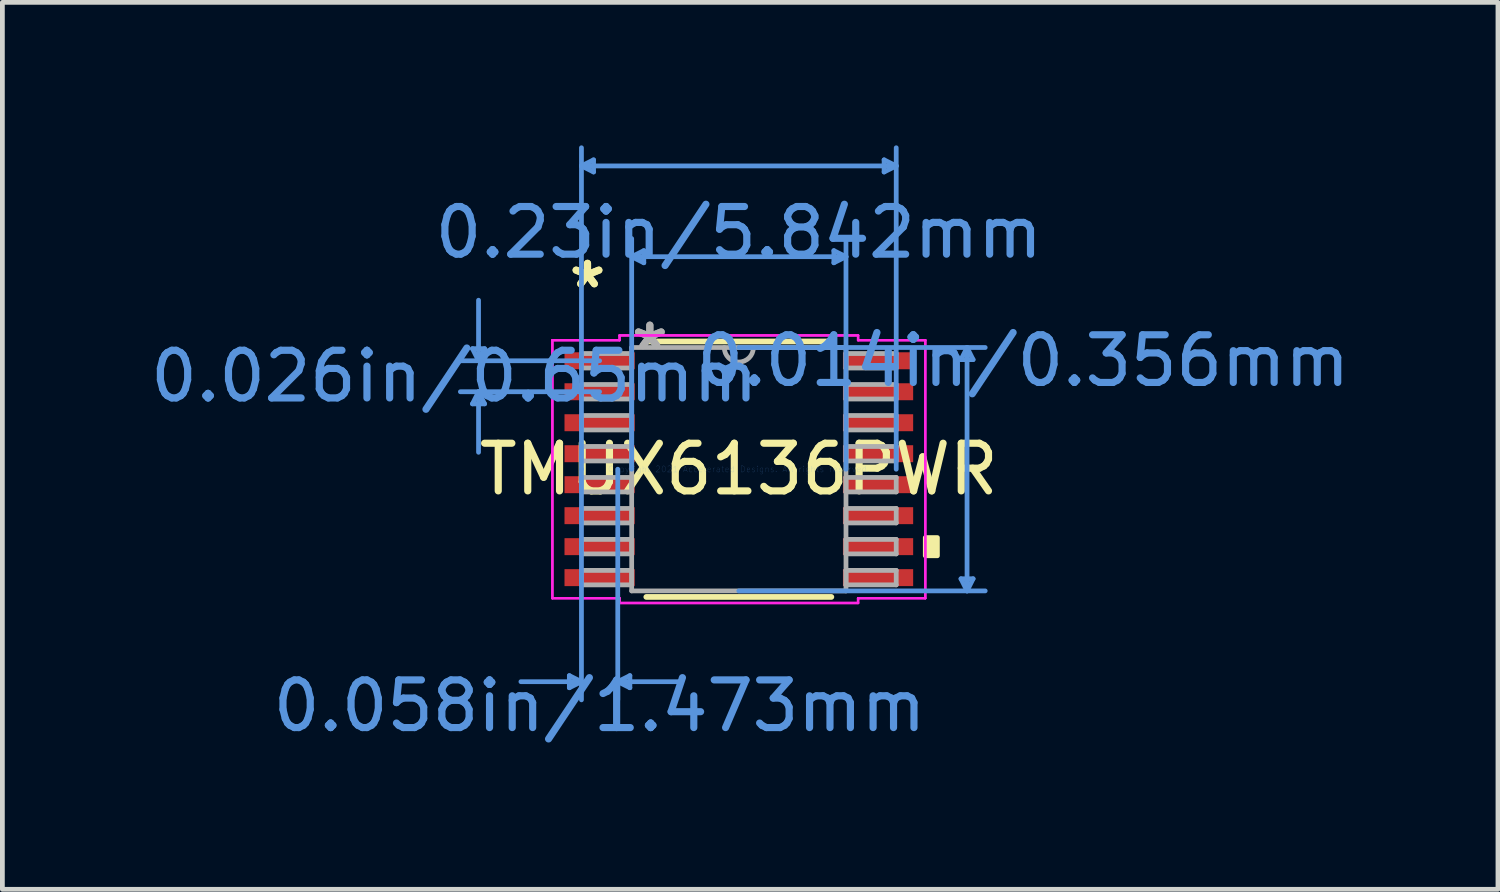
<source format=kicad_pcb>
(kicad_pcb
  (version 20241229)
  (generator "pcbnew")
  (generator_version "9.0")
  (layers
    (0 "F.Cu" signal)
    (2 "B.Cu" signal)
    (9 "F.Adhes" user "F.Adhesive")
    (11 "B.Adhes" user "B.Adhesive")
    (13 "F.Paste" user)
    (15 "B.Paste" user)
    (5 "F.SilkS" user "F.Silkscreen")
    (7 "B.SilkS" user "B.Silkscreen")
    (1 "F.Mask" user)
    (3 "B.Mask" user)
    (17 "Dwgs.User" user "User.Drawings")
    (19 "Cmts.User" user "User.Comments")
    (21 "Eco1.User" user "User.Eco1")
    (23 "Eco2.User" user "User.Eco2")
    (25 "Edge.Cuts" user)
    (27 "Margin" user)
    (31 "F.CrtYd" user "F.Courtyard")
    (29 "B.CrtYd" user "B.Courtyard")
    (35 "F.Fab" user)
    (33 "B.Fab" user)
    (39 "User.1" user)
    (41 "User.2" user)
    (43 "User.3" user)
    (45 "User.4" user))
  (footprint "TMUX6136PWR"
    (layer "F.Cu")
    (at 12.451 6.794)
    (property "Reference" "TMUX6136PWR" (at 0 0 0) (layer "F.SilkS") (effects (font (size 1 1) (thickness 0.15))))
    (attr through_hole)
    (fp_line (start -1.941 2.68) (end 1.941 2.68) (stroke (width 0.12) (type solid)) (layer "F.SilkS"))
    (fp_line (start 1.941 -2.68) (end -1.941 -2.68) (stroke (width 0.12) (type solid)) (layer "F.SilkS"))
    (fp_poly (pts (xy 4.166 1.435) (xy 4.166 1.816) (xy 3.912 1.816) (xy 3.912 1.435)) (stroke (width 0.1) (type solid)) (fill yes) (layer "F.SilkS"))
    (fp_line (start -5.588 -2.529) (end -5.334 -2.529) (stroke (width 0.1) (type solid)) (layer "Cmts.User"))
    (fp_line (start -5.588 -1.371) (end -5.334 -1.371) (stroke (width 0.1) (type solid)) (layer "Cmts.User"))
    (fp_line (start -5.461 -2.275) (end -5.588 -2.529) (stroke (width 0.1) (type solid)) (layer "Cmts.User"))
    (fp_line (start -5.461 -2.275) (end -5.461 -3.545) (stroke (width 0.1) (type solid)) (layer "Cmts.User"))
    (fp_line (start -5.461 -2.275) (end -5.334 -2.529) (stroke (width 0.1) (type solid)) (layer "Cmts.User"))
    (fp_line (start -5.461 -1.625) (end -5.588 -1.371) (stroke (width 0.1) (type solid)) (layer "Cmts.User"))
    (fp_line (start -5.461 -1.625) (end -5.461 -0.355) (stroke (width 0.1) (type solid)) (layer "Cmts.User"))
    (fp_line (start -5.461 -1.625) (end -5.334 -1.371) (stroke (width 0.1) (type solid)) (layer "Cmts.User"))
    (fp_line (start -3.556 4.331) (end -3.556 4.585) (stroke (width 0.1) (type solid)) (layer "Cmts.User"))
    (fp_line (start -3.302 -6.363) (end -3.048 -6.49) (stroke (width 0.1) (type solid)) (layer "Cmts.User"))
    (fp_line (start -3.302 -6.363) (end -3.048 -6.236) (stroke (width 0.1) (type solid)) (layer "Cmts.User"))
    (fp_line (start -3.302 -6.363) (end 3.302 -6.363) (stroke (width 0.1) (type solid)) (layer "Cmts.User"))
    (fp_line (start -3.302 0) (end -3.302 -6.744) (stroke (width 0.1) (type solid)) (layer "Cmts.User"))
    (fp_line (start -3.302 0) (end -3.302 4.839) (stroke (width 0.1) (type solid)) (layer "Cmts.User"))
    (fp_line (start -3.302 4.458) (end -4.572 4.458) (stroke (width 0.1) (type solid)) (layer "Cmts.User"))
    (fp_line (start -3.302 4.458) (end -3.556 4.331) (stroke (width 0.1) (type solid)) (layer "Cmts.User"))
    (fp_line (start -3.302 4.458) (end -3.556 4.585) (stroke (width 0.1) (type solid)) (layer "Cmts.User"))
    (fp_line (start -3.048 -6.49) (end -3.048 -6.236) (stroke (width 0.1) (type solid)) (layer "Cmts.User"))
    (fp_line (start -2.921 -2.275) (end -5.842 -2.275) (stroke (width 0.1) (type solid)) (layer "Cmts.User"))
    (fp_line (start -2.921 -1.625) (end -5.842 -1.625) (stroke (width 0.1) (type solid)) (layer "Cmts.User"))
    (fp_line (start -2.54 0) (end -2.54 4.839) (stroke (width 0.1) (type solid)) (layer "Cmts.User"))
    (fp_line (start -2.54 4.458) (end -2.286 4.331) (stroke (width 0.1) (type solid)) (layer "Cmts.User"))
    (fp_line (start -2.54 4.458) (end -2.286 4.585) (stroke (width 0.1) (type solid)) (layer "Cmts.User"))
    (fp_line (start -2.54 4.458) (end -1.27 4.458) (stroke (width 0.1) (type solid)) (layer "Cmts.User"))
    (fp_line (start -2.286 4.331) (end -2.286 4.585) (stroke (width 0.1) (type solid)) (layer "Cmts.User"))
    (fp_line (start -2.248 -4.458) (end -1.994 -4.585) (stroke (width 0.1) (type solid)) (layer "Cmts.User"))
    (fp_line (start -2.248 -4.458) (end -1.994 -4.331) (stroke (width 0.1) (type solid)) (layer "Cmts.User"))
    (fp_line (start -2.248 -4.458) (end 2.248 -4.458) (stroke (width 0.1) (type solid)) (layer "Cmts.User"))
    (fp_line (start -2.248 0) (end -2.248 -4.839) (stroke (width 0.1) (type solid)) (layer "Cmts.User"))
    (fp_line (start -1.994 -4.585) (end -1.994 -4.331) (stroke (width 0.1) (type solid)) (layer "Cmts.User"))
    (fp_line (start 0 -2.553) (end 5.169 -2.553) (stroke (width 0.1) (type solid)) (layer "Cmts.User"))
    (fp_line (start 0 2.553) (end 5.169 2.553) (stroke (width 0.1) (type solid)) (layer "Cmts.User"))
    (fp_line (start 1.994 -4.585) (end 1.994 -4.331) (stroke (width 0.1) (type solid)) (layer "Cmts.User"))
    (fp_line (start 2.248 -4.458) (end 1.994 -4.585) (stroke (width 0.1) (type solid)) (layer "Cmts.User"))
    (fp_line (start 2.248 -4.458) (end 1.994 -4.331) (stroke (width 0.1) (type solid)) (layer "Cmts.User"))
    (fp_line (start 2.248 0) (end 2.248 -4.839) (stroke (width 0.1) (type solid)) (layer "Cmts.User"))
    (fp_line (start 3.048 -6.49) (end 3.048 -6.236) (stroke (width 0.1) (type solid)) (layer "Cmts.User"))
    (fp_line (start 3.302 -6.363) (end 3.048 -6.49) (stroke (width 0.1) (type solid)) (layer "Cmts.User"))
    (fp_line (start 3.302 -6.363) (end 3.048 -6.236) (stroke (width 0.1) (type solid)) (layer "Cmts.User"))
    (fp_line (start 3.302 0) (end 3.302 -6.744) (stroke (width 0.1) (type solid)) (layer "Cmts.User"))
    (fp_line (start 4.661 -2.299) (end 4.915 -2.299) (stroke (width 0.1) (type solid)) (layer "Cmts.User"))
    (fp_line (start 4.661 2.299) (end 4.915 2.299) (stroke (width 0.1) (type solid)) (layer "Cmts.User"))
    (fp_line (start 4.788 -2.553) (end 4.661 -2.299) (stroke (width 0.1) (type solid)) (layer "Cmts.User"))
    (fp_line (start 4.788 -2.553) (end 4.788 2.553) (stroke (width 0.1) (type solid)) (layer "Cmts.User"))
    (fp_line (start 4.788 -2.553) (end 4.915 -2.299) (stroke (width 0.1) (type solid)) (layer "Cmts.User"))
    (fp_line (start 4.788 2.553) (end 4.661 2.299) (stroke (width 0.1) (type solid)) (layer "Cmts.User"))
    (fp_line (start 4.788 2.553) (end 4.915 2.299) (stroke (width 0.1) (type solid)) (layer "Cmts.User"))
    (fp_line (start -3.912 -2.707) (end -2.502 -2.707) (stroke (width 0.05) (type solid)) (layer "F.CrtYd"))
    (fp_line (start -3.912 -2.707) (end -2.502 -2.707) (stroke (width 0.05) (type solid)) (layer "F.CrtYd"))
    (fp_line (start -3.912 2.707) (end -3.912 -2.707) (stroke (width 0.05) (type solid)) (layer "F.CrtYd"))
    (fp_line (start -3.912 2.707) (end -3.912 -2.707) (stroke (width 0.05) (type solid)) (layer "F.CrtYd"))
    (fp_line (start -3.912 2.707) (end -2.502 2.707) (stroke (width 0.05) (type solid)) (layer "F.CrtYd"))
    (fp_line (start -2.502 -2.807) (end 2.502 -2.807) (stroke (width 0.05) (type solid)) (layer "F.CrtYd"))
    (fp_line (start -2.502 -2.807) (end 2.502 -2.807) (stroke (width 0.05) (type solid)) (layer "F.CrtYd"))
    (fp_line (start -2.502 -2.707) (end -2.502 -2.807) (stroke (width 0.05) (type solid)) (layer "F.CrtYd"))
    (fp_line (start -2.502 -2.707) (end -2.502 -2.807) (stroke (width 0.05) (type solid)) (layer "F.CrtYd"))
    (fp_line (start -2.502 2.707) (end -3.912 2.707) (stroke (width 0.05) (type solid)) (layer "F.CrtYd"))
    (fp_line (start -2.502 2.807) (end -2.502 2.707) (stroke (width 0.05) (type solid)) (layer "F.CrtYd"))
    (fp_line (start -2.502 2.807) (end -2.502 2.707) (stroke (width 0.05) (type solid)) (layer "F.CrtYd"))
    (fp_line (start 2.502 -2.807) (end 2.502 -2.707) (stroke (width 0.05) (type solid)) (layer "F.CrtYd"))
    (fp_line (start 2.502 -2.807) (end 2.502 -2.707) (stroke (width 0.05) (type solid)) (layer "F.CrtYd"))
    (fp_line (start 2.502 -2.707) (end 3.912 -2.707) (stroke (width 0.05) (type solid)) (layer "F.CrtYd"))
    (fp_line (start 2.502 2.707) (end 2.502 2.807) (stroke (width 0.05) (type solid)) (layer "F.CrtYd"))
    (fp_line (start 2.502 2.707) (end 2.502 2.807) (stroke (width 0.05) (type solid)) (layer "F.CrtYd"))
    (fp_line (start 2.502 2.807) (end -2.502 2.807) (stroke (width 0.05) (type solid)) (layer "F.CrtYd"))
    (fp_line (start 2.502 2.807) (end -2.502 2.807) (stroke (width 0.05) (type solid)) (layer "F.CrtYd"))
    (fp_line (start 3.912 -2.707) (end 2.502 -2.707) (stroke (width 0.05) (type solid)) (layer "F.CrtYd"))
    (fp_line (start 3.912 -2.707) (end 3.912 2.707) (stroke (width 0.05) (type solid)) (layer "F.CrtYd"))
    (fp_line (start 3.912 -2.707) (end 3.912 2.707) (stroke (width 0.05) (type solid)) (layer "F.CrtYd"))
    (fp_line (start 3.912 2.707) (end 2.502 2.707) (stroke (width 0.05) (type solid)) (layer "F.CrtYd"))
    (fp_line (start 3.912 2.707) (end 2.502 2.707) (stroke (width 0.05) (type solid)) (layer "F.CrtYd"))
    (fp_line (start -3.302 -2.427) (end -3.302 -2.123) (stroke (width 0.1) (type solid)) (layer "F.Fab"))
    (fp_line (start -3.302 -2.123) (end -2.248 -2.123) (stroke (width 0.1) (type solid)) (layer "F.Fab"))
    (fp_line (start -3.302 -1.777) (end -3.302 -1.473) (stroke (width 0.1) (type solid)) (layer "F.Fab"))
    (fp_line (start -3.302 -1.473) (end -2.248 -1.473) (stroke (width 0.1) (type solid)) (layer "F.Fab"))
    (fp_line (start -3.302 -1.127) (end -3.302 -0.823) (stroke (width 0.1) (type solid)) (layer "F.Fab"))
    (fp_line (start -3.302 -0.823) (end -2.248 -0.823) (stroke (width 0.1) (type solid)) (layer "F.Fab"))
    (fp_line (start -3.302 -0.477) (end -3.302 -0.173) (stroke (width 0.1) (type solid)) (layer "F.Fab"))
    (fp_line (start -3.302 -0.173) (end -2.248 -0.173) (stroke (width 0.1) (type solid)) (layer "F.Fab"))
    (fp_line (start -3.302 0.173) (end -3.302 0.477) (stroke (width 0.1) (type solid)) (layer "F.Fab"))
    (fp_line (start -3.302 0.477) (end -2.248 0.477) (stroke (width 0.1) (type solid)) (layer "F.Fab"))
    (fp_line (start -3.302 0.823) (end -3.302 1.127) (stroke (width 0.1) (type solid)) (layer "F.Fab"))
    (fp_line (start -3.302 1.127) (end -2.248 1.127) (stroke (width 0.1) (type solid)) (layer "F.Fab"))
    (fp_line (start -3.302 1.473) (end -3.302 1.777) (stroke (width 0.1) (type solid)) (layer "F.Fab"))
    (fp_line (start -3.302 1.777) (end -2.248 1.777) (stroke (width 0.1) (type solid)) (layer "F.Fab"))
    (fp_line (start -3.302 2.123) (end -3.302 2.427) (stroke (width 0.1) (type solid)) (layer "F.Fab"))
    (fp_line (start -3.302 2.427) (end -2.248 2.427) (stroke (width 0.1) (type solid)) (layer "F.Fab"))
    (fp_line (start -2.248 -2.553) (end -2.248 2.553) (stroke (width 0.1) (type solid)) (layer "F.Fab"))
    (fp_line (start -2.248 -2.427) (end -3.302 -2.427) (stroke (width 0.1) (type solid)) (layer "F.Fab"))
    (fp_line (start -2.248 -2.123) (end -2.248 -2.427) (stroke (width 0.1) (type solid)) (layer "F.Fab"))
    (fp_line (start -2.248 -1.777) (end -3.302 -1.777) (stroke (width 0.1) (type solid)) (layer "F.Fab"))
    (fp_line (start -2.248 -1.473) (end -2.248 -1.777) (stroke (width 0.1) (type solid)) (layer "F.Fab"))
    (fp_line (start -2.248 -1.127) (end -3.302 -1.127) (stroke (width 0.1) (type solid)) (layer "F.Fab"))
    (fp_line (start -2.248 -0.823) (end -2.248 -1.127) (stroke (width 0.1) (type solid)) (layer "F.Fab"))
    (fp_line (start -2.248 -0.477) (end -3.302 -0.477) (stroke (width 0.1) (type solid)) (layer "F.Fab"))
    (fp_line (start -2.248 -0.173) (end -2.248 -0.477) (stroke (width 0.1) (type solid)) (layer "F.Fab"))
    (fp_line (start -2.248 0.173) (end -3.302 0.173) (stroke (width 0.1) (type solid)) (layer "F.Fab"))
    (fp_line (start -2.248 0.477) (end -2.248 0.173) (stroke (width 0.1) (type solid)) (layer "F.Fab"))
    (fp_line (start -2.248 0.823) (end -3.302 0.823) (stroke (width 0.1) (type solid)) (layer "F.Fab"))
    (fp_line (start -2.248 1.127) (end -2.248 0.823) (stroke (width 0.1) (type solid)) (layer "F.Fab"))
    (fp_line (start -2.248 1.473) (end -3.302 1.473) (stroke (width 0.1) (type solid)) (layer "F.Fab"))
    (fp_line (start -2.248 1.777) (end -2.248 1.473) (stroke (width 0.1) (type solid)) (layer "F.Fab"))
    (fp_line (start -2.248 2.123) (end -3.302 2.123) (stroke (width 0.1) (type solid)) (layer "F.Fab"))
    (fp_line (start -2.248 2.427) (end -2.248 2.123) (stroke (width 0.1) (type solid)) (layer "F.Fab"))
    (fp_line (start -2.248 2.553) (end 2.248 2.553) (stroke (width 0.1) (type solid)) (layer "F.Fab"))
    (fp_line (start 2.248 -2.553) (end -2.248 -2.553) (stroke (width 0.1) (type solid)) (layer "F.Fab"))
    (fp_line (start 2.248 -2.427) (end 2.248 -2.123) (stroke (width 0.1) (type solid)) (layer "F.Fab"))
    (fp_line (start 2.248 -2.123) (end 3.302 -2.123) (stroke (width 0.1) (type solid)) (layer "F.Fab"))
    (fp_line (start 2.248 -1.777) (end 2.248 -1.473) (stroke (width 0.1) (type solid)) (layer "F.Fab"))
    (fp_line (start 2.248 -1.473) (end 3.302 -1.473) (stroke (width 0.1) (type solid)) (layer "F.Fab"))
    (fp_line (start 2.248 -1.127) (end 2.248 -0.823) (stroke (width 0.1) (type solid)) (layer "F.Fab"))
    (fp_line (start 2.248 -0.823) (end 3.302 -0.823) (stroke (width 0.1) (type solid)) (layer "F.Fab"))
    (fp_line (start 2.248 -0.477) (end 2.248 -0.173) (stroke (width 0.1) (type solid)) (layer "F.Fab"))
    (fp_line (start 2.248 -0.173) (end 3.302 -0.173) (stroke (width 0.1) (type solid)) (layer "F.Fab"))
    (fp_line (start 2.248 0.173) (end 2.248 0.477) (stroke (width 0.1) (type solid)) (layer "F.Fab"))
    (fp_line (start 2.248 0.477) (end 3.302 0.477) (stroke (width 0.1) (type solid)) (layer "F.Fab"))
    (fp_line (start 2.248 0.823) (end 2.248 1.127) (stroke (width 0.1) (type solid)) (layer "F.Fab"))
    (fp_line (start 2.248 1.127) (end 3.302 1.127) (stroke (width 0.1) (type solid)) (layer "F.Fab"))
    (fp_line (start 2.248 1.473) (end 2.248 1.777) (stroke (width 0.1) (type solid)) (layer "F.Fab"))
    (fp_line (start 2.248 1.777) (end 3.302 1.777) (stroke (width 0.1) (type solid)) (layer "F.Fab"))
    (fp_line (start 2.248 2.123) (end 2.248 2.427) (stroke (width 0.1) (type solid)) (layer "F.Fab"))
    (fp_line (start 2.248 2.427) (end 3.302 2.427) (stroke (width 0.1) (type solid)) (layer "F.Fab"))
    (fp_line (start 2.248 2.553) (end 2.248 -2.553) (stroke (width 0.1) (type solid)) (layer "F.Fab"))
    (fp_line (start 3.302 -2.427) (end 2.248 -2.427) (stroke (width 0.1) (type solid)) (layer "F.Fab"))
    (fp_line (start 3.302 -2.123) (end 3.302 -2.427) (stroke (width 0.1) (type solid)) (layer "F.Fab"))
    (fp_line (start 3.302 -1.777) (end 2.248 -1.777) (stroke (width 0.1) (type solid)) (layer "F.Fab"))
    (fp_line (start 3.302 -1.473) (end 3.302 -1.777) (stroke (width 0.1) (type solid)) (layer "F.Fab"))
    (fp_line (start 3.302 -1.127) (end 2.248 -1.127) (stroke (width 0.1) (type solid)) (layer "F.Fab"))
    (fp_line (start 3.302 -0.823) (end 3.302 -1.127) (stroke (width 0.1) (type solid)) (layer "F.Fab"))
    (fp_line (start 3.302 -0.477) (end 2.248 -0.477) (stroke (width 0.1) (type solid)) (layer "F.Fab"))
    (fp_line (start 3.302 -0.173) (end 3.302 -0.477) (stroke (width 0.1) (type solid)) (layer "F.Fab"))
    (fp_line (start 3.302 0.173) (end 2.248 0.173) (stroke (width 0.1) (type solid)) (layer "F.Fab"))
    (fp_line (start 3.302 0.477) (end 3.302 0.173) (stroke (width 0.1) (type solid)) (layer "F.Fab"))
    (fp_line (start 3.302 0.823) (end 2.248 0.823) (stroke (width 0.1) (type solid)) (layer "F.Fab"))
    (fp_line (start 3.302 1.127) (end 3.302 0.823) (stroke (width 0.1) (type solid)) (layer "F.Fab"))
    (fp_line (start 3.302 1.473) (end 2.248 1.473) (stroke (width 0.1) (type solid)) (layer "F.Fab"))
    (fp_line (start 3.302 1.777) (end 3.302 1.473) (stroke (width 0.1) (type solid)) (layer "F.Fab"))
    (fp_line (start 3.302 2.123) (end 2.248 2.123) (stroke (width 0.1) (type solid)) (layer "F.Fab"))
    (fp_line (start 3.302 2.427) (end 3.302 2.123) (stroke (width 0.1) (type solid)) (layer "F.Fab"))
    (fp_arc (start 0.3048 -2.5527) (mid 0 -2.2479) (end -0.3048 -2.5527) (stroke (width 0.1) (type solid)) (layer "F.Fab"))
    (fp_text user "*" (at -3.175 -3.774 0) (layer "F.SilkS") (effects (font (size 1 1) (thickness 0.15))))
    (fp_text user "*" (at -3.175 -3.774 0) (layer "F.SilkS") (effects (font (size 1 1) (thickness 0.15))))
    (fp_text user "0.014in/0.356mm" (at 5.969 -2.275 0) (layer "Cmts.User") (effects (font (size 1 1) (thickness 0.15))))
    (fp_text user "0.058in/1.473mm" (at -2.921 4.966 0) (layer "Cmts.User") (effects (font (size 1 1) (thickness 0.15))))
    (fp_text user "Copyright 2021 Accelerated Designs. All rights reserved." (at 0 0 0) (layer "Cmts.User") (effects (font (size 0.127 0.127) (thickness 0.002))))
    (fp_text user "0.026in/0.65mm" (at -5.969 -1.95 0) (layer "Cmts.User") (effects (font (size 1 1) (thickness 0.15))))
    (fp_text user "0.23in/5.842mm" (at 0 -4.966 0) (layer "Cmts.User") (effects (font (size 1 1) (thickness 0.15))))
    (fp_text user "*" (at -1.867 -2.477 0) (layer "F.Fab") (effects (font (size 1 1) (thickness 0.15))))
    (fp_text user "*" (at -1.867 -2.477 0) (layer "F.Fab") (effects (font (size 1 1) (thickness 0.15))))
    (pad "1" smd rect (at -2.921 -2.275) (size 1.473 0.356) (layers "F.Cu" "F.Mask" "F.Paste"))
    (pad "2" smd rect (at -2.921 -1.625) (size 1.473 0.356) (layers "F.Cu" "F.Mask" "F.Paste"))
    (pad "3" smd rect (at -2.921 -0.975) (size 1.473 0.356) (layers "F.Cu" "F.Mask" "F.Paste"))
    (pad "4" smd rect (at -2.921 -0.325) (size 1.473 0.356) (layers "F.Cu" "F.Mask" "F.Paste"))
    (pad "5" smd rect (at -2.921 0.325) (size 1.473 0.356) (layers "F.Cu" "F.Mask" "F.Paste"))
    (pad "6" smd rect (at -2.921 0.975) (size 1.473 0.356) (layers "F.Cu" "F.Mask" "F.Paste"))
    (pad "7" smd rect (at -2.921 1.625) (size 1.473 0.356) (layers "F.Cu" "F.Mask" "F.Paste"))
    (pad "8" smd rect (at -2.921 2.275) (size 1.473 0.356) (layers "F.Cu" "F.Mask" "F.Paste"))
    (pad "9" smd rect (at 2.921 2.275) (size 1.473 0.356) (layers "F.Cu" "F.Mask" "F.Paste"))
    (pad "10" smd rect (at 2.921 1.625) (size 1.473 0.356) (layers "F.Cu" "F.Mask" "F.Paste"))
    (pad "11" smd rect (at 2.921 0.975) (size 1.473 0.356) (layers "F.Cu" "F.Mask" "F.Paste"))
    (pad "12" smd rect (at 2.921 0.325) (size 1.473 0.356) (layers "F.Cu" "F.Mask" "F.Paste"))
    (pad "13" smd rect (at 2.921 -0.325) (size 1.473 0.356) (layers "F.Cu" "F.Mask" "F.Paste"))
    (pad "14" smd rect (at 2.921 -0.975) (size 1.473 0.356) (layers "F.Cu" "F.Mask" "F.Paste"))
    (pad "15" smd rect (at 2.921 -1.625) (size 1.473 0.356) (layers "F.Cu" "F.Mask" "F.Paste"))
    (pad "16" smd rect (at 2.921 -2.275) (size 1.473 0.356) (layers "F.Cu" "F.Mask" "F.Paste")))
  (gr_rect
    (start -3 -3)
    (end 28.378 15.608)
    (stroke (width 0.1) (type default))
    (fill no)
    (layer "Edge.Cuts")))
</source>
